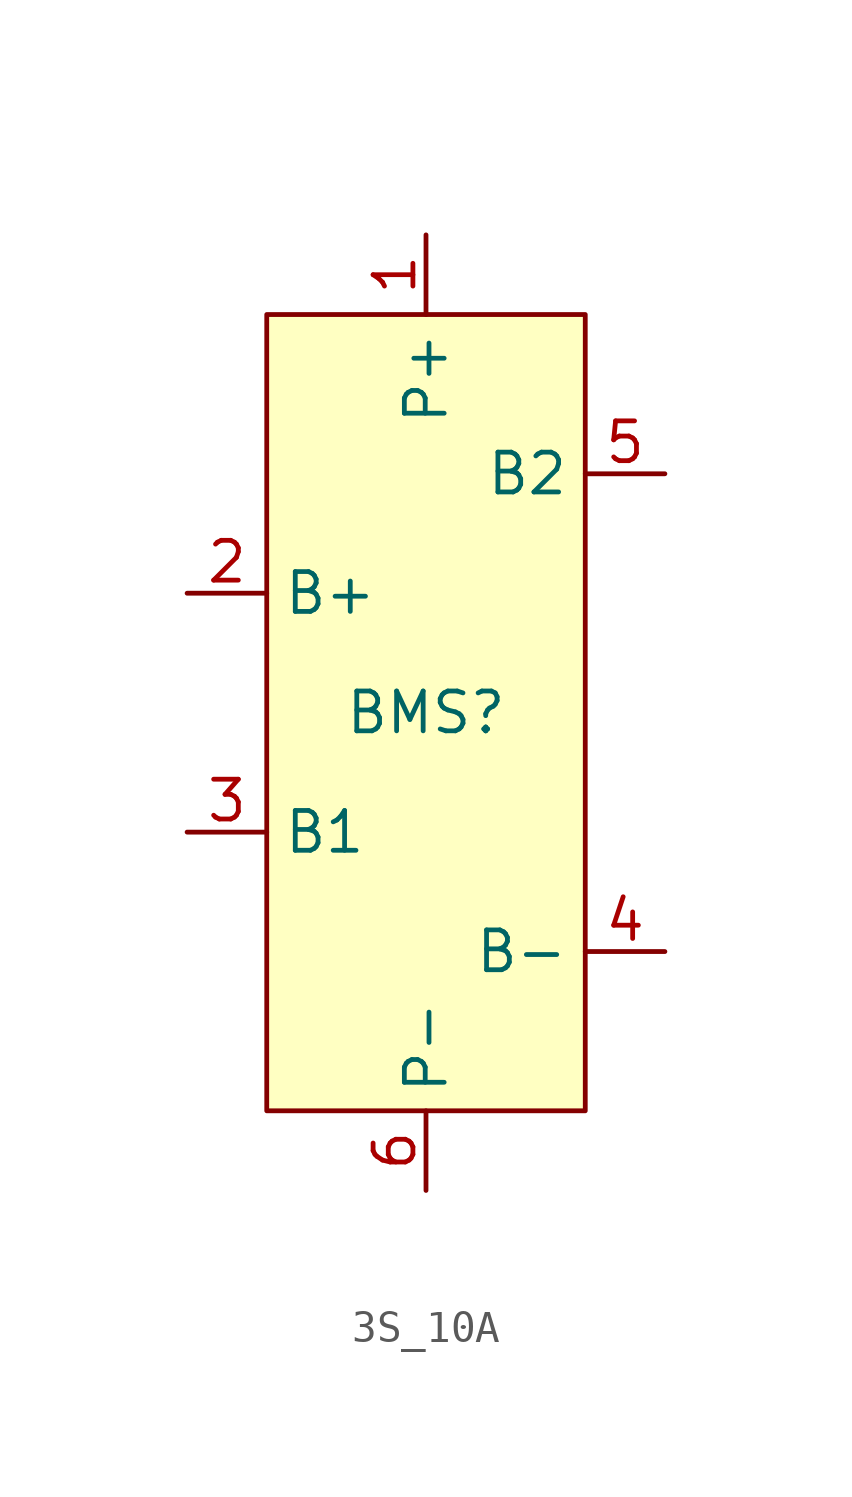
<source format=kicad_sym>
(kicad_symbol_lib
  (version 20231120)
  (generator "kicad_symbol_editor")
  (generator_version "8.0")
  (symbol "3S_10A"
    (property "Reference" "BMS"
      (at 0 0 0)
      (effects (font (size 1.27 1.27))))
    (property "Value" ""
      (at 0 0 0)
      (effects (font (size 1.27 1.27))))
    (symbol "3S_10A_1_1"
      (rectangle (start -5.08 12.7) (end 5.08 -12.7) (stroke (width 0) (type default)) (fill (type background)))
      (pin bidirectional line (at 0 15.24 270) (length 2.54) (name "P+" (effects (font (size 1.27 1.27)))) (number "1" (effects (font (size 1.27 1.27)))))
      (pin bidirectional line (at -7.62 3.81 0) (length 2.54) (name "B+" (effects (font (size 1.27 1.27)))) (number "2" (effects (font (size 1.27 1.27)))))
      (pin bidirectional line (at -7.62 -3.81 0) (length 2.54) (name "B1" (effects (font (size 1.27 1.27)))) (number "3" (effects (font (size 1.27 1.27)))))
      (pin bidirectional line (at 7.62 -7.62 180) (length 2.54) (name "B-" (effects (font (size 1.27 1.27)))) (number "4" (effects (font (size 1.27 1.27)))))
      (pin bidirectional line (at 7.62 7.62 180) (length 2.54) (name "B2" (effects (font (size 1.27 1.27)))) (number "5" (effects (font (size 1.27 1.27)))))
      (pin bidirectional line (at 0 -15.24 90) (length 2.54) (name "P-" (effects (font (size 1.27 1.27)))) (number "6" (effects (font (size 1.27 1.27))))))))
</source>
